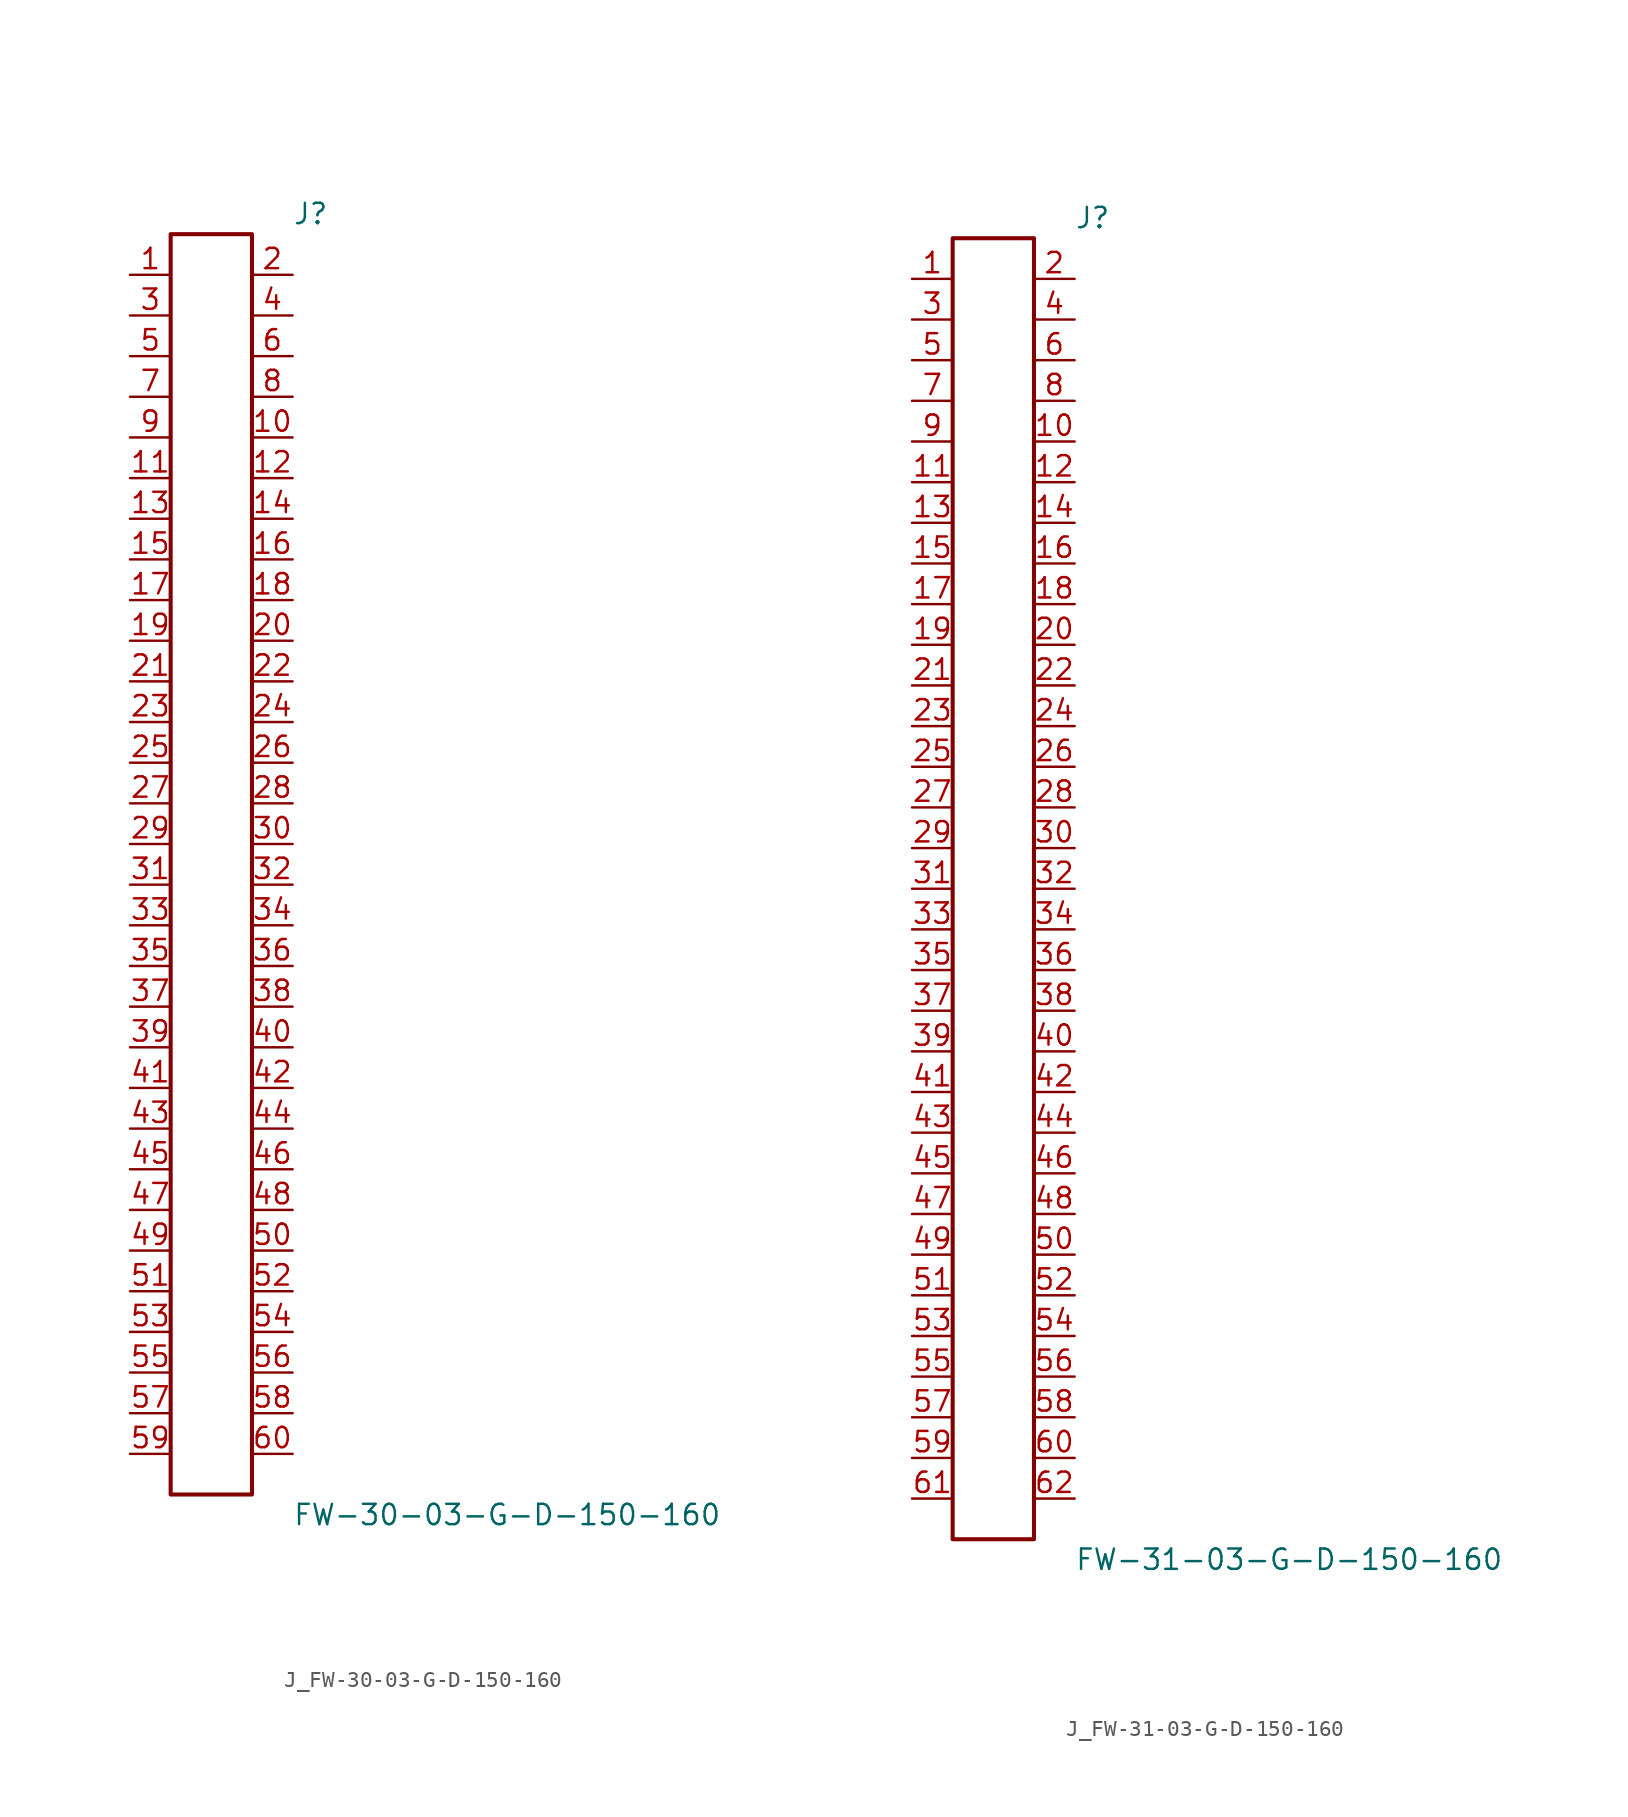
<source format=kicad_sym>
(kicad_symbol_lib
  (version 20231120)
  (generator kicad_symbol_editor)
  (generator_version 8.0)
  (symbol "J_FW-30-03-G-D-150-160"
    (pin_names
      (offset 0.254))
    (property "Reference" "J"
      (at 5.08 40.64 0)
      (effects (font (size 1.27 1.27)) (justify left)))
    (property "Value" "FW-30-03-G-D-150-160"
      (at 5.08 -40.64 0)
      (effects (font (size 1.27 1.27)) (justify left)))
    (symbol "J_FW-30-03-G-D-150-160_0_0"
      (pin passive line (at -5.08 36.83 0) (length 2.54) (name "" (effects (font (size 1.27 1.27)))) (number "1" (effects (font (size 1.27 1.27)))))
      (pin passive line (at 5.08 36.83 180) (length 2.54) (name "" (effects (font (size 1.27 1.27)))) (number "2" (effects (font (size 1.27 1.27)))))
      (pin passive line (at -5.08 34.29 0) (length 2.54) (name "" (effects (font (size 1.27 1.27)))) (number "3" (effects (font (size 1.27 1.27)))))
      (pin passive line (at 5.08 34.29 180) (length 2.54) (name "" (effects (font (size 1.27 1.27)))) (number "4" (effects (font (size 1.27 1.27)))))
      (pin passive line (at -5.08 31.75 0) (length 2.54) (name "" (effects (font (size 1.27 1.27)))) (number "5" (effects (font (size 1.27 1.27)))))
      (pin passive line (at 5.08 31.75 180) (length 2.54) (name "" (effects (font (size 1.27 1.27)))) (number "6" (effects (font (size 1.27 1.27)))))
      (pin passive line (at -5.08 29.21 0) (length 2.54) (name "" (effects (font (size 1.27 1.27)))) (number "7" (effects (font (size 1.27 1.27)))))
      (pin passive line (at 5.08 29.21 180) (length 2.54) (name "" (effects (font (size 1.27 1.27)))) (number "8" (effects (font (size 1.27 1.27)))))
      (pin passive line (at -5.08 26.67 0) (length 2.54) (name "" (effects (font (size 1.27 1.27)))) (number "9" (effects (font (size 1.27 1.27)))))
      (pin passive line (at 5.08 26.67 180) (length 2.54) (name "" (effects (font (size 1.27 1.27)))) (number "10" (effects (font (size 1.27 1.27)))))
      (pin passive line (at -5.08 24.13 0) (length 2.54) (name "" (effects (font (size 1.27 1.27)))) (number "11" (effects (font (size 1.27 1.27)))))
      (pin passive line (at 5.08 24.13 180) (length 2.54) (name "" (effects (font (size 1.27 1.27)))) (number "12" (effects (font (size 1.27 1.27)))))
      (pin passive line (at -5.08 21.59 0) (length 2.54) (name "" (effects (font (size 1.27 1.27)))) (number "13" (effects (font (size 1.27 1.27)))))
      (pin passive line (at 5.08 21.59 180) (length 2.54) (name "" (effects (font (size 1.27 1.27)))) (number "14" (effects (font (size 1.27 1.27)))))
      (pin passive line (at -5.08 19.05 0) (length 2.54) (name "" (effects (font (size 1.27 1.27)))) (number "15" (effects (font (size 1.27 1.27)))))
      (pin passive line (at 5.08 19.05 180) (length 2.54) (name "" (effects (font (size 1.27 1.27)))) (number "16" (effects (font (size 1.27 1.27)))))
      (pin passive line (at -5.08 16.51 0) (length 2.54) (name "" (effects (font (size 1.27 1.27)))) (number "17" (effects (font (size 1.27 1.27)))))
      (pin passive line (at 5.08 16.51 180) (length 2.54) (name "" (effects (font (size 1.27 1.27)))) (number "18" (effects (font (size 1.27 1.27)))))
      (pin passive line (at -5.08 13.97 0) (length 2.54) (name "" (effects (font (size 1.27 1.27)))) (number "19" (effects (font (size 1.27 1.27)))))
      (pin passive line (at 5.08 13.97 180) (length 2.54) (name "" (effects (font (size 1.27 1.27)))) (number "20" (effects (font (size 1.27 1.27)))))
      (pin passive line (at -5.08 11.43 0) (length 2.54) (name "" (effects (font (size 1.27 1.27)))) (number "21" (effects (font (size 1.27 1.27)))))
      (pin passive line (at 5.08 11.43 180) (length 2.54) (name "" (effects (font (size 1.27 1.27)))) (number "22" (effects (font (size 1.27 1.27)))))
      (pin passive line (at -5.08 8.89 0) (length 2.54) (name "" (effects (font (size 1.27 1.27)))) (number "23" (effects (font (size 1.27 1.27)))))
      (pin passive line (at 5.08 8.89 180) (length 2.54) (name "" (effects (font (size 1.27 1.27)))) (number "24" (effects (font (size 1.27 1.27)))))
      (pin passive line (at -5.08 6.35 0) (length 2.54) (name "" (effects (font (size 1.27 1.27)))) (number "25" (effects (font (size 1.27 1.27)))))
      (pin passive line (at 5.08 6.35 180) (length 2.54) (name "" (effects (font (size 1.27 1.27)))) (number "26" (effects (font (size 1.27 1.27)))))
      (pin passive line (at -5.08 3.81 0) (length 2.54) (name "" (effects (font (size 1.27 1.27)))) (number "27" (effects (font (size 1.27 1.27)))))
      (pin passive line (at 5.08 3.81 180) (length 2.54) (name "" (effects (font (size 1.27 1.27)))) (number "28" (effects (font (size 1.27 1.27)))))
      (pin passive line (at -5.08 1.27 0) (length 2.54) (name "" (effects (font (size 1.27 1.27)))) (number "29" (effects (font (size 1.27 1.27)))))
      (pin passive line (at 5.08 1.27 180) (length 2.54) (name "" (effects (font (size 1.27 1.27)))) (number "30" (effects (font (size 1.27 1.27)))))
      (pin passive line (at -5.08 -1.27 0) (length 2.54) (name "" (effects (font (size 1.27 1.27)))) (number "31" (effects (font (size 1.27 1.27)))))
      (pin passive line (at 5.08 -1.27 180) (length 2.54) (name "" (effects (font (size 1.27 1.27)))) (number "32" (effects (font (size 1.27 1.27)))))
      (pin passive line (at -5.08 -3.81 0) (length 2.54) (name "" (effects (font (size 1.27 1.27)))) (number "33" (effects (font (size 1.27 1.27)))))
      (pin passive line (at 5.08 -3.81 180) (length 2.54) (name "" (effects (font (size 1.27 1.27)))) (number "34" (effects (font (size 1.27 1.27)))))
      (pin passive line (at -5.08 -6.35 0) (length 2.54) (name "" (effects (font (size 1.27 1.27)))) (number "35" (effects (font (size 1.27 1.27)))))
      (pin passive line (at 5.08 -6.35 180) (length 2.54) (name "" (effects (font (size 1.27 1.27)))) (number "36" (effects (font (size 1.27 1.27)))))
      (pin passive line (at -5.08 -8.89 0) (length 2.54) (name "" (effects (font (size 1.27 1.27)))) (number "37" (effects (font (size 1.27 1.27)))))
      (pin passive line (at 5.08 -8.89 180) (length 2.54) (name "" (effects (font (size 1.27 1.27)))) (number "38" (effects (font (size 1.27 1.27)))))
      (pin passive line (at -5.08 -11.43 0) (length 2.54) (name "" (effects (font (size 1.27 1.27)))) (number "39" (effects (font (size 1.27 1.27)))))
      (pin passive line (at 5.08 -11.43 180) (length 2.54) (name "" (effects (font (size 1.27 1.27)))) (number "40" (effects (font (size 1.27 1.27)))))
      (pin passive line (at -5.08 -13.97 0) (length 2.54) (name "" (effects (font (size 1.27 1.27)))) (number "41" (effects (font (size 1.27 1.27)))))
      (pin passive line (at 5.08 -13.97 180) (length 2.54) (name "" (effects (font (size 1.27 1.27)))) (number "42" (effects (font (size 1.27 1.27)))))
      (pin passive line (at -5.08 -16.51 0) (length 2.54) (name "" (effects (font (size 1.27 1.27)))) (number "43" (effects (font (size 1.27 1.27)))))
      (pin passive line (at 5.08 -16.51 180) (length 2.54) (name "" (effects (font (size 1.27 1.27)))) (number "44" (effects (font (size 1.27 1.27)))))
      (pin passive line (at -5.08 -19.05 0) (length 2.54) (name "" (effects (font (size 1.27 1.27)))) (number "45" (effects (font (size 1.27 1.27)))))
      (pin passive line (at 5.08 -19.05 180) (length 2.54) (name "" (effects (font (size 1.27 1.27)))) (number "46" (effects (font (size 1.27 1.27)))))
      (pin passive line (at -5.08 -21.59 0) (length 2.54) (name "" (effects (font (size 1.27 1.27)))) (number "47" (effects (font (size 1.27 1.27)))))
      (pin passive line (at 5.08 -21.59 180) (length 2.54) (name "" (effects (font (size 1.27 1.27)))) (number "48" (effects (font (size 1.27 1.27)))))
      (pin passive line (at -5.08 -24.13 0) (length 2.54) (name "" (effects (font (size 1.27 1.27)))) (number "49" (effects (font (size 1.27 1.27)))))
      (pin passive line (at 5.08 -24.13 180) (length 2.54) (name "" (effects (font (size 1.27 1.27)))) (number "50" (effects (font (size 1.27 1.27)))))
      (pin passive line (at -5.08 -26.67 0) (length 2.54) (name "" (effects (font (size 1.27 1.27)))) (number "51" (effects (font (size 1.27 1.27)))))
      (pin passive line (at 5.08 -26.67 180) (length 2.54) (name "" (effects (font (size 1.27 1.27)))) (number "52" (effects (font (size 1.27 1.27)))))
      (pin passive line (at -5.08 -29.21 0) (length 2.54) (name "" (effects (font (size 1.27 1.27)))) (number "53" (effects (font (size 1.27 1.27)))))
      (pin passive line (at 5.08 -29.21 180) (length 2.54) (name "" (effects (font (size 1.27 1.27)))) (number "54" (effects (font (size 1.27 1.27)))))
      (pin passive line (at -5.08 -31.75 0) (length 2.54) (name "" (effects (font (size 1.27 1.27)))) (number "55" (effects (font (size 1.27 1.27)))))
      (pin passive line (at 5.08 -31.75 180) (length 2.54) (name "" (effects (font (size 1.27 1.27)))) (number "56" (effects (font (size 1.27 1.27)))))
      (pin passive line (at -5.08 -34.29 0) (length 2.54) (name "" (effects (font (size 1.27 1.27)))) (number "57" (effects (font (size 1.27 1.27)))))
      (pin passive line (at 5.08 -34.29 180) (length 2.54) (name "" (effects (font (size 1.27 1.27)))) (number "58" (effects (font (size 1.27 1.27)))))
      (pin passive line (at -5.08 -36.83 0) (length 2.54) (name "" (effects (font (size 1.27 1.27)))) (number "59" (effects (font (size 1.27 1.27)))))
      (pin passive line (at 5.08 -36.83 180) (length 2.54) (name "" (effects (font (size 1.27 1.27)))) (number "60" (effects (font (size 1.27 1.27))))))
    (symbol "J_FW-30-03-G-D-150-160_1_0"
      (rectangle (start -2.54 39.37) (end 2.54 -39.37) (stroke (width 0.254) (type solid)) (fill (type none)))))
  (symbol "J_FW-31-03-G-D-150-160"
    (pin_names
      (offset 0.254))
    (property "Reference" "J"
      (at 5.08 41.91 0)
      (effects (font (size 1.27 1.27)) (justify left)))
    (property "Value" "FW-31-03-G-D-150-160"
      (at 5.08 -41.91 0)
      (effects (font (size 1.27 1.27)) (justify left)))
    (symbol "J_FW-31-03-G-D-150-160_0_0"
      (pin passive line (at -5.08 38.1 0) (length 2.54) (name "" (effects (font (size 1.27 1.27)))) (number "1" (effects (font (size 1.27 1.27)))))
      (pin passive line (at 5.08 38.1 180) (length 2.54) (name "" (effects (font (size 1.27 1.27)))) (number "2" (effects (font (size 1.27 1.27)))))
      (pin passive line (at -5.08 35.56 0) (length 2.54) (name "" (effects (font (size 1.27 1.27)))) (number "3" (effects (font (size 1.27 1.27)))))
      (pin passive line (at 5.08 35.56 180) (length 2.54) (name "" (effects (font (size 1.27 1.27)))) (number "4" (effects (font (size 1.27 1.27)))))
      (pin passive line (at -5.08 33.02 0) (length 2.54) (name "" (effects (font (size 1.27 1.27)))) (number "5" (effects (font (size 1.27 1.27)))))
      (pin passive line (at 5.08 33.02 180) (length 2.54) (name "" (effects (font (size 1.27 1.27)))) (number "6" (effects (font (size 1.27 1.27)))))
      (pin passive line (at -5.08 30.48 0) (length 2.54) (name "" (effects (font (size 1.27 1.27)))) (number "7" (effects (font (size 1.27 1.27)))))
      (pin passive line (at 5.08 30.48 180) (length 2.54) (name "" (effects (font (size 1.27 1.27)))) (number "8" (effects (font (size 1.27 1.27)))))
      (pin passive line (at -5.08 27.94 0) (length 2.54) (name "" (effects (font (size 1.27 1.27)))) (number "9" (effects (font (size 1.27 1.27)))))
      (pin passive line (at 5.08 27.94 180) (length 2.54) (name "" (effects (font (size 1.27 1.27)))) (number "10" (effects (font (size 1.27 1.27)))))
      (pin passive line (at -5.08 25.4 0) (length 2.54) (name "" (effects (font (size 1.27 1.27)))) (number "11" (effects (font (size 1.27 1.27)))))
      (pin passive line (at 5.08 25.4 180) (length 2.54) (name "" (effects (font (size 1.27 1.27)))) (number "12" (effects (font (size 1.27 1.27)))))
      (pin passive line (at -5.08 22.86 0) (length 2.54) (name "" (effects (font (size 1.27 1.27)))) (number "13" (effects (font (size 1.27 1.27)))))
      (pin passive line (at 5.08 22.86 180) (length 2.54) (name "" (effects (font (size 1.27 1.27)))) (number "14" (effects (font (size 1.27 1.27)))))
      (pin passive line (at -5.08 20.32 0) (length 2.54) (name "" (effects (font (size 1.27 1.27)))) (number "15" (effects (font (size 1.27 1.27)))))
      (pin passive line (at 5.08 20.32 180) (length 2.54) (name "" (effects (font (size 1.27 1.27)))) (number "16" (effects (font (size 1.27 1.27)))))
      (pin passive line (at -5.08 17.78 0) (length 2.54) (name "" (effects (font (size 1.27 1.27)))) (number "17" (effects (font (size 1.27 1.27)))))
      (pin passive line (at 5.08 17.78 180) (length 2.54) (name "" (effects (font (size 1.27 1.27)))) (number "18" (effects (font (size 1.27 1.27)))))
      (pin passive line (at -5.08 15.24 0) (length 2.54) (name "" (effects (font (size 1.27 1.27)))) (number "19" (effects (font (size 1.27 1.27)))))
      (pin passive line (at 5.08 15.24 180) (length 2.54) (name "" (effects (font (size 1.27 1.27)))) (number "20" (effects (font (size 1.27 1.27)))))
      (pin passive line (at -5.08 12.7 0) (length 2.54) (name "" (effects (font (size 1.27 1.27)))) (number "21" (effects (font (size 1.27 1.27)))))
      (pin passive line (at 5.08 12.7 180) (length 2.54) (name "" (effects (font (size 1.27 1.27)))) (number "22" (effects (font (size 1.27 1.27)))))
      (pin passive line (at -5.08 10.16 0) (length 2.54) (name "" (effects (font (size 1.27 1.27)))) (number "23" (effects (font (size 1.27 1.27)))))
      (pin passive line (at 5.08 10.16 180) (length 2.54) (name "" (effects (font (size 1.27 1.27)))) (number "24" (effects (font (size 1.27 1.27)))))
      (pin passive line (at -5.08 7.62 0) (length 2.54) (name "" (effects (font (size 1.27 1.27)))) (number "25" (effects (font (size 1.27 1.27)))))
      (pin passive line (at 5.08 7.62 180) (length 2.54) (name "" (effects (font (size 1.27 1.27)))) (number "26" (effects (font (size 1.27 1.27)))))
      (pin passive line (at -5.08 5.08 0) (length 2.54) (name "" (effects (font (size 1.27 1.27)))) (number "27" (effects (font (size 1.27 1.27)))))
      (pin passive line (at 5.08 5.08 180) (length 2.54) (name "" (effects (font (size 1.27 1.27)))) (number "28" (effects (font (size 1.27 1.27)))))
      (pin passive line (at -5.08 2.54 0) (length 2.54) (name "" (effects (font (size 1.27 1.27)))) (number "29" (effects (font (size 1.27 1.27)))))
      (pin passive line (at 5.08 2.54 180) (length 2.54) (name "" (effects (font (size 1.27 1.27)))) (number "30" (effects (font (size 1.27 1.27)))))
      (pin passive line (at -5.08 0.0 0) (length 2.54) (name "" (effects (font (size 1.27 1.27)))) (number "31" (effects (font (size 1.27 1.27)))))
      (pin passive line (at 5.08 0.0 180) (length 2.54) (name "" (effects (font (size 1.27 1.27)))) (number "32" (effects (font (size 1.27 1.27)))))
      (pin passive line (at -5.08 -2.54 0) (length 2.54) (name "" (effects (font (size 1.27 1.27)))) (number "33" (effects (font (size 1.27 1.27)))))
      (pin passive line (at 5.08 -2.54 180) (length 2.54) (name "" (effects (font (size 1.27 1.27)))) (number "34" (effects (font (size 1.27 1.27)))))
      (pin passive line (at -5.08 -5.08 0) (length 2.54) (name "" (effects (font (size 1.27 1.27)))) (number "35" (effects (font (size 1.27 1.27)))))
      (pin passive line (at 5.08 -5.08 180) (length 2.54) (name "" (effects (font (size 1.27 1.27)))) (number "36" (effects (font (size 1.27 1.27)))))
      (pin passive line (at -5.08 -7.62 0) (length 2.54) (name "" (effects (font (size 1.27 1.27)))) (number "37" (effects (font (size 1.27 1.27)))))
      (pin passive line (at 5.08 -7.62 180) (length 2.54) (name "" (effects (font (size 1.27 1.27)))) (number "38" (effects (font (size 1.27 1.27)))))
      (pin passive line (at -5.08 -10.16 0) (length 2.54) (name "" (effects (font (size 1.27 1.27)))) (number "39" (effects (font (size 1.27 1.27)))))
      (pin passive line (at 5.08 -10.16 180) (length 2.54) (name "" (effects (font (size 1.27 1.27)))) (number "40" (effects (font (size 1.27 1.27)))))
      (pin passive line (at -5.08 -12.7 0) (length 2.54) (name "" (effects (font (size 1.27 1.27)))) (number "41" (effects (font (size 1.27 1.27)))))
      (pin passive line (at 5.08 -12.7 180) (length 2.54) (name "" (effects (font (size 1.27 1.27)))) (number "42" (effects (font (size 1.27 1.27)))))
      (pin passive line (at -5.08 -15.24 0) (length 2.54) (name "" (effects (font (size 1.27 1.27)))) (number "43" (effects (font (size 1.27 1.27)))))
      (pin passive line (at 5.08 -15.24 180) (length 2.54) (name "" (effects (font (size 1.27 1.27)))) (number "44" (effects (font (size 1.27 1.27)))))
      (pin passive line (at -5.08 -17.78 0) (length 2.54) (name "" (effects (font (size 1.27 1.27)))) (number "45" (effects (font (size 1.27 1.27)))))
      (pin passive line (at 5.08 -17.78 180) (length 2.54) (name "" (effects (font (size 1.27 1.27)))) (number "46" (effects (font (size 1.27 1.27)))))
      (pin passive line (at -5.08 -20.32 0) (length 2.54) (name "" (effects (font (size 1.27 1.27)))) (number "47" (effects (font (size 1.27 1.27)))))
      (pin passive line (at 5.08 -20.32 180) (length 2.54) (name "" (effects (font (size 1.27 1.27)))) (number "48" (effects (font (size 1.27 1.27)))))
      (pin passive line (at -5.08 -22.86 0) (length 2.54) (name "" (effects (font (size 1.27 1.27)))) (number "49" (effects (font (size 1.27 1.27)))))
      (pin passive line (at 5.08 -22.86 180) (length 2.54) (name "" (effects (font (size 1.27 1.27)))) (number "50" (effects (font (size 1.27 1.27)))))
      (pin passive line (at -5.08 -25.4 0) (length 2.54) (name "" (effects (font (size 1.27 1.27)))) (number "51" (effects (font (size 1.27 1.27)))))
      (pin passive line (at 5.08 -25.4 180) (length 2.54) (name "" (effects (font (size 1.27 1.27)))) (number "52" (effects (font (size 1.27 1.27)))))
      (pin passive line (at -5.08 -27.94 0) (length 2.54) (name "" (effects (font (size 1.27 1.27)))) (number "53" (effects (font (size 1.27 1.27)))))
      (pin passive line (at 5.08 -27.94 180) (length 2.54) (name "" (effects (font (size 1.27 1.27)))) (number "54" (effects (font (size 1.27 1.27)))))
      (pin passive line (at -5.08 -30.48 0) (length 2.54) (name "" (effects (font (size 1.27 1.27)))) (number "55" (effects (font (size 1.27 1.27)))))
      (pin passive line (at 5.08 -30.48 180) (length 2.54) (name "" (effects (font (size 1.27 1.27)))) (number "56" (effects (font (size 1.27 1.27)))))
      (pin passive line (at -5.08 -33.02 0) (length 2.54) (name "" (effects (font (size 1.27 1.27)))) (number "57" (effects (font (size 1.27 1.27)))))
      (pin passive line (at 5.08 -33.02 180) (length 2.54) (name "" (effects (font (size 1.27 1.27)))) (number "58" (effects (font (size 1.27 1.27)))))
      (pin passive line (at -5.08 -35.56 0) (length 2.54) (name "" (effects (font (size 1.27 1.27)))) (number "59" (effects (font (size 1.27 1.27)))))
      (pin passive line (at 5.08 -35.56 180) (length 2.54) (name "" (effects (font (size 1.27 1.27)))) (number "60" (effects (font (size 1.27 1.27)))))
      (pin passive line (at -5.08 -38.1 0) (length 2.54) (name "" (effects (font (size 1.27 1.27)))) (number "61" (effects (font (size 1.27 1.27)))))
      (pin passive line (at 5.08 -38.1 180) (length 2.54) (name "" (effects (font (size 1.27 1.27)))) (number "62" (effects (font (size 1.27 1.27))))))
    (symbol "J_FW-31-03-G-D-150-160_1_0"
      (rectangle (start -2.54 40.64) (end 2.54 -40.64) (stroke (width 0.254) (type solid)) (fill (type none))))))
</source>
